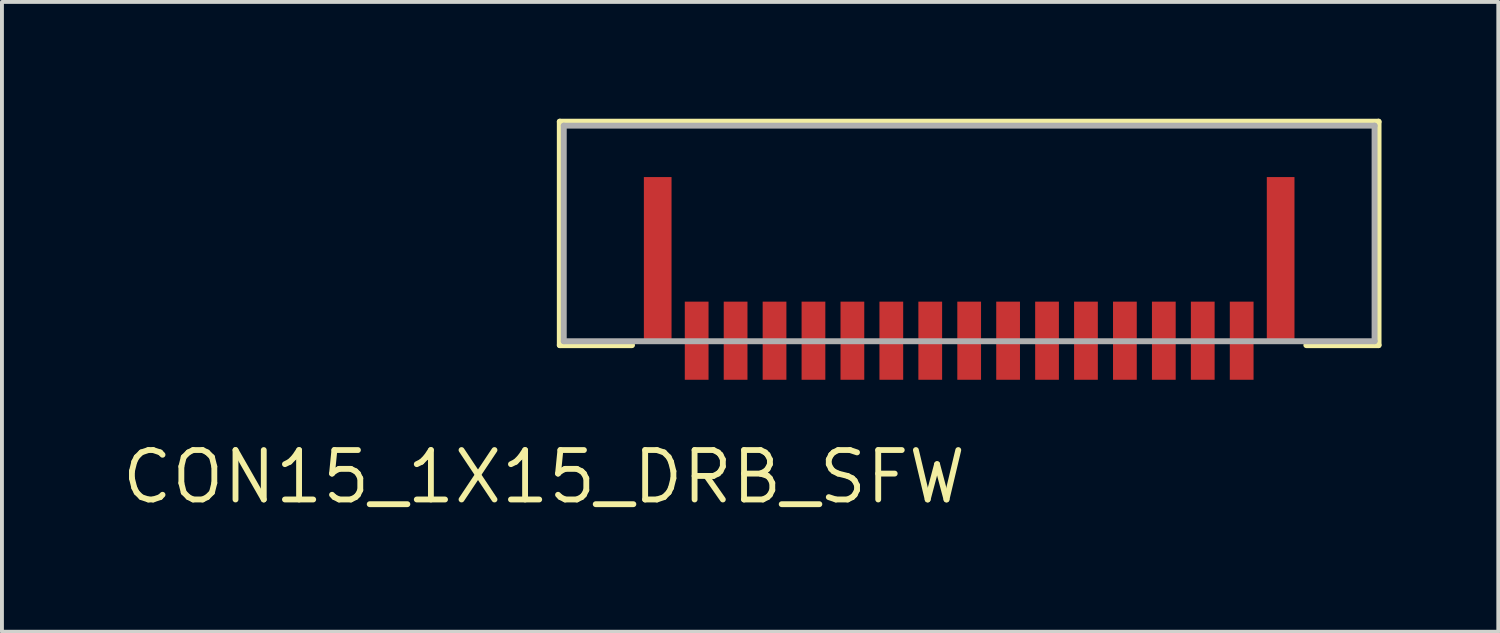
<source format=kicad_pcb>
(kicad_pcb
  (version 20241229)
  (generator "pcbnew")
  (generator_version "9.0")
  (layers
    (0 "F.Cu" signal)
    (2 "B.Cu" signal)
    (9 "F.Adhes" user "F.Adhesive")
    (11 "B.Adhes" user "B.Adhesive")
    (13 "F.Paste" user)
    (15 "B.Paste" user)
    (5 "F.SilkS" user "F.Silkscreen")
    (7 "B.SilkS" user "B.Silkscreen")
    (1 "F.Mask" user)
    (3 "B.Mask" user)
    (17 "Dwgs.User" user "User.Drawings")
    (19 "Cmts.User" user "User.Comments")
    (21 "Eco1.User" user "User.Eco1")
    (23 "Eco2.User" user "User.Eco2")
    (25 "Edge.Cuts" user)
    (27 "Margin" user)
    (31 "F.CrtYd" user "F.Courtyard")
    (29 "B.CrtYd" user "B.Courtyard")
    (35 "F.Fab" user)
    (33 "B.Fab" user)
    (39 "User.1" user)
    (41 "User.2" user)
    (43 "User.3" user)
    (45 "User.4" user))
  (footprint "CON15_1X15_DRB_SFW"
    (layer "F.Cu")
    (at 21.846 8.458)
    (property "Reference" "CON15_1X15_DRB_SFW" (at 0 0 0) (layer "F.SilkS") (effects (font (size 1.27 1.27) (thickness 0.15)) (justify right top)))
    (attr through_hole)
    (fp_line (start -10.516 -8.382) (end -10.516 -2.642) (stroke (width 0.152) (type solid)) (layer "F.SilkS"))
    (fp_line (start -10.516 -2.642) (end -8.661 -2.642) (stroke (width 0.152) (type solid)) (layer "F.SilkS"))
    (fp_line (start 8.661 -2.642) (end 10.516 -2.642) (stroke (width 0.152) (type solid)) (layer "F.SilkS"))
    (fp_line (start 10.516 -8.382) (end -10.516 -8.382) (stroke (width 0.152) (type solid)) (layer "F.SilkS"))
    (fp_line (start 10.516 -2.642) (end 10.516 -8.382) (stroke (width 0.152) (type solid)) (layer "F.SilkS"))
    (fp_line (start -10.414 -8.28) (end -10.414 -2.743) (stroke (width 0.152) (type solid)) (layer "F.Fab"))
    (fp_line (start -10.414 -2.743) (end 10.414 -2.743) (stroke (width 0.152) (type solid)) (layer "F.Fab"))
    (fp_line (start 10.414 -8.28) (end -10.414 -8.28) (stroke (width 0.152) (type solid)) (layer "F.Fab"))
    (fp_line (start 10.414 -2.743) (end 10.414 -8.28) (stroke (width 0.152) (type solid)) (layer "F.Fab"))
    (pad "1" smd rect (at -7 -2.756 270) (size 2.007 0.61) (layers "F.Cu" "F.Mask" "F.Paste"))
    (pad "2" smd rect (at -6 -2.756 270) (size 2.007 0.61) (layers "F.Cu" "F.Mask" "F.Paste"))
    (pad "3" smd rect (at -5 -2.756 270) (size 2.007 0.61) (layers "F.Cu" "F.Mask" "F.Paste"))
    (pad "4" smd rect (at -4 -2.756 270) (size 2.007 0.61) (layers "F.Cu" "F.Mask" "F.Paste"))
    (pad "5" smd rect (at -3 -2.756 270) (size 2.007 0.61) (layers "F.Cu" "F.Mask" "F.Paste"))
    (pad "6" smd rect (at -2 -2.756 270) (size 2.007 0.61) (layers "F.Cu" "F.Mask" "F.Paste"))
    (pad "7" smd rect (at -1 -2.756 270) (size 2.007 0.61) (layers "F.Cu" "F.Mask" "F.Paste"))
    (pad "8" smd rect (at 0 -2.756 270) (size 2.007 0.61) (layers "F.Cu" "F.Mask" "F.Paste"))
    (pad "9" smd rect (at 1 -2.756 270) (size 2.007 0.61) (layers "F.Cu" "F.Mask" "F.Paste"))
    (pad "10" smd rect (at 2 -2.756 270) (size 2.007 0.61) (layers "F.Cu" "F.Mask" "F.Paste"))
    (pad "11" smd rect (at 3 -2.756 270) (size 2.007 0.61) (layers "F.Cu" "F.Mask" "F.Paste"))
    (pad "12" smd rect (at 4 -2.756 270) (size 2.007 0.61) (layers "F.Cu" "F.Mask" "F.Paste"))
    (pad "13" smd rect (at 5 -2.756 270) (size 2.007 0.61) (layers "F.Cu" "F.Mask" "F.Paste"))
    (pad "14" smd rect (at 6 -2.756 270) (size 2.007 0.61) (layers "F.Cu" "F.Mask" "F.Paste"))
    (pad "15" smd rect (at 7 -2.756 270) (size 2.007 0.61) (layers "F.Cu" "F.Mask" "F.Paste"))
    (pad "16" smd rect (at -8.001 -4.864) (size 0.711 4.191) (layers "F.Cu" "F.Mask" "F.Paste"))
    (pad "17" smd rect (at 8.001 -4.864) (size 0.711 4.191) (layers "F.Cu" "F.Mask" "F.Paste")))
  (gr_rect
    (start -3 -3)
    (end 35.438 13.178)
    (stroke (width 0.1) (type default))
    (fill no)
    (layer "Edge.Cuts")))
</source>
